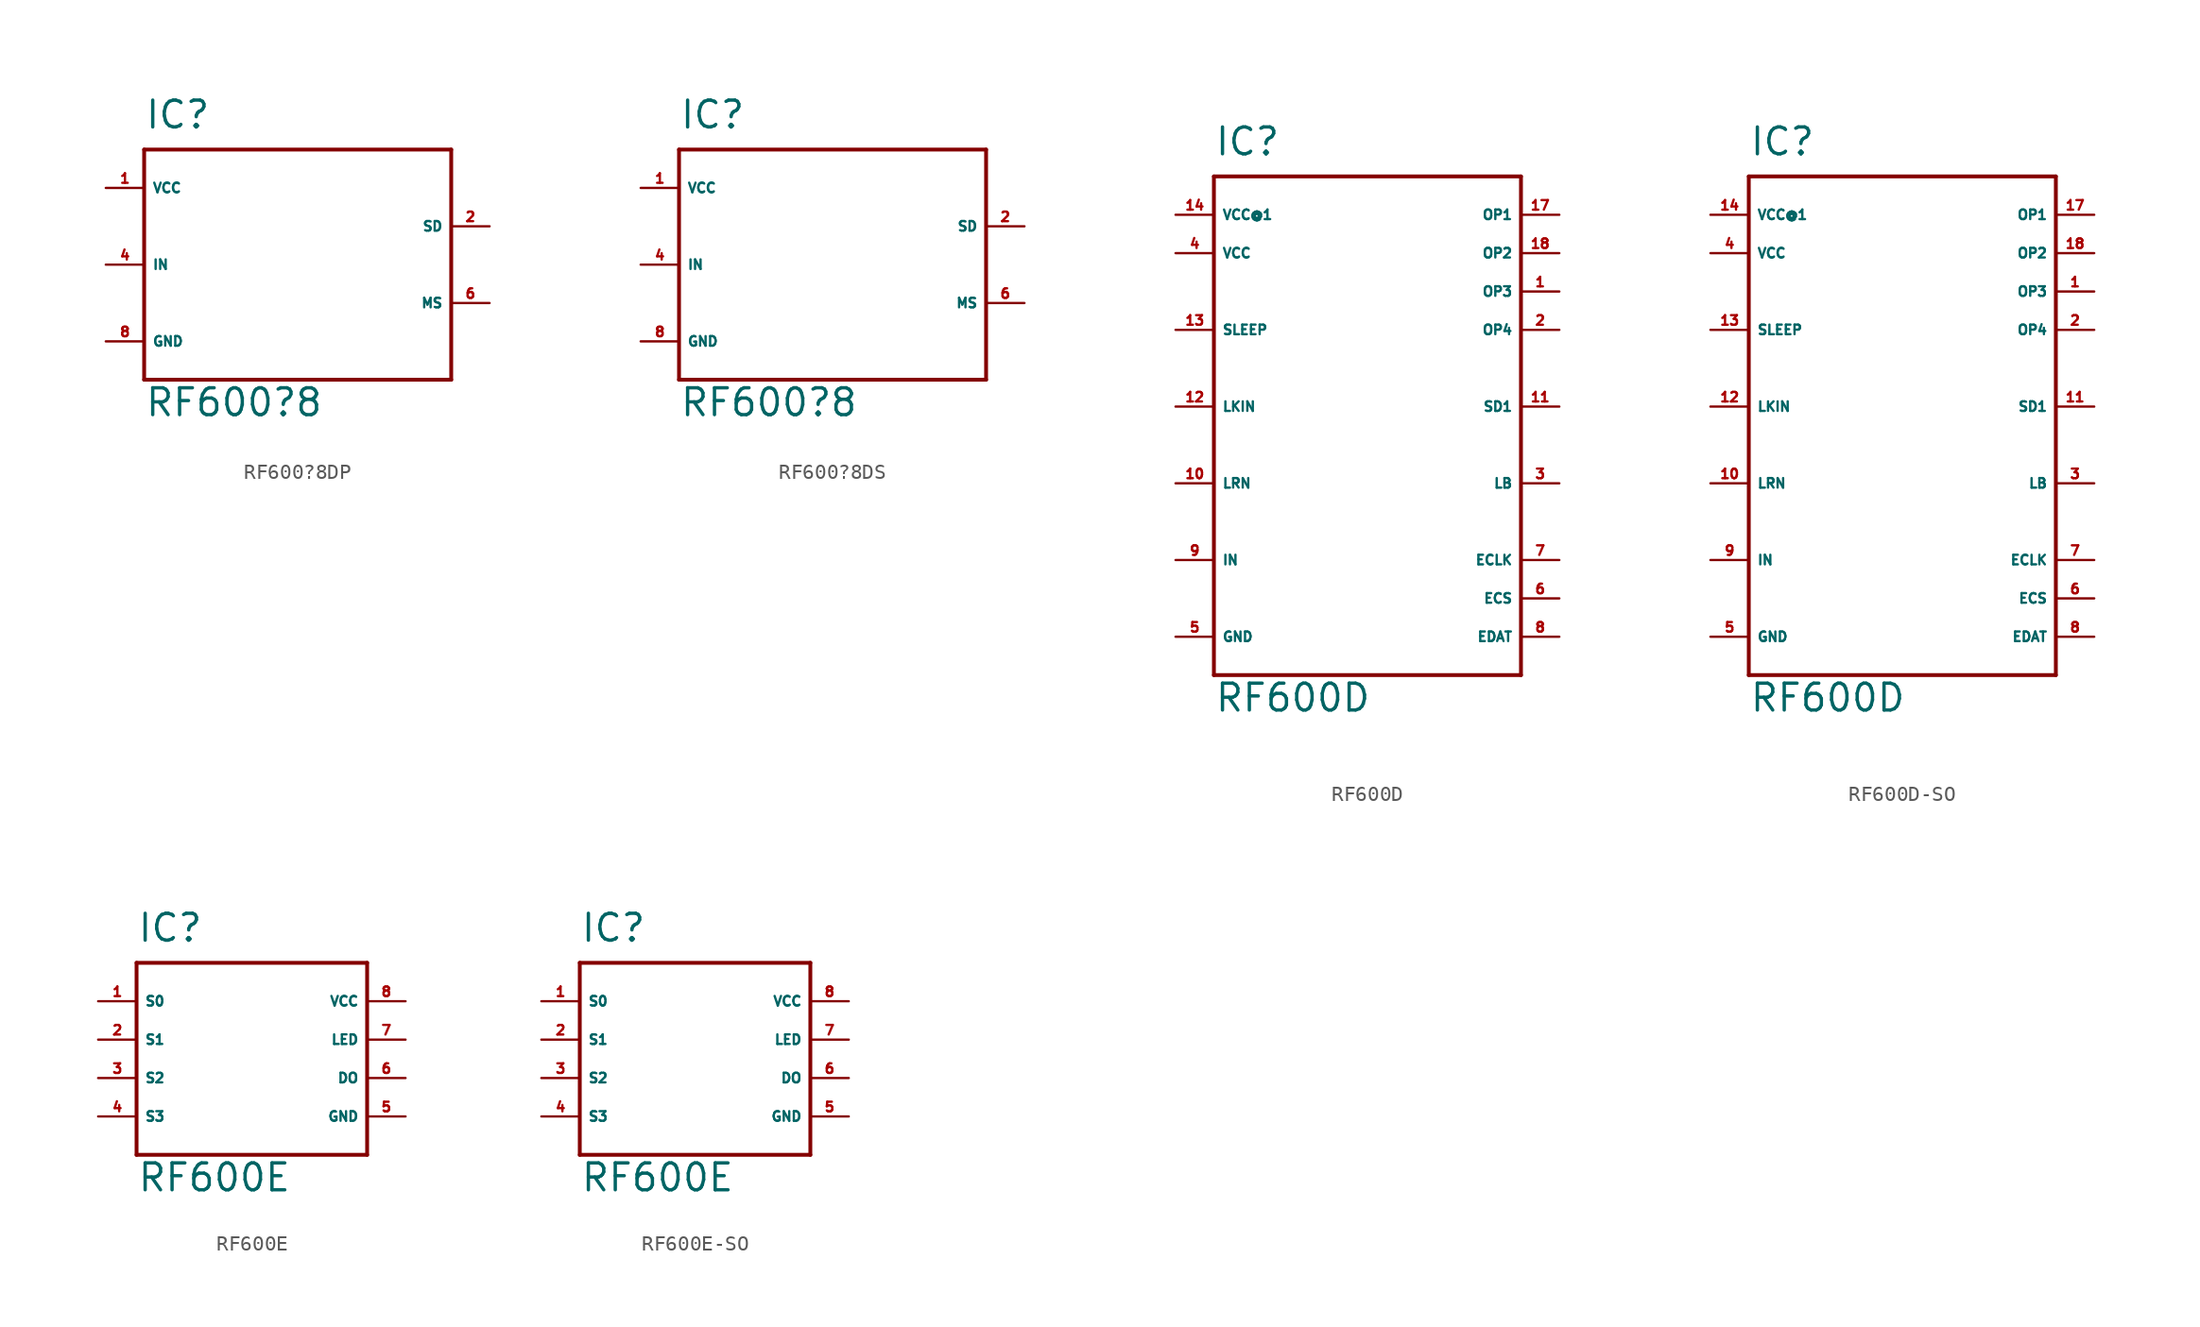
<source format=kicad_sym>
(kicad_symbol_lib
  (version 20220914)
  (generator Eagle2Kicad)
  (symbol "RF600?8DP"
    (property "Reference" "IC"
      (at -10.16 8.89 0)
      (effects (font (size 1.778 1.778) (thickness 0.22)) (justify left bottom)))
    (property "Value" "RF600?8"
      (at -10.16 -10.16 0)
      (effects (font (size 1.778 1.778) (thickness 0.22)) (justify left bottom)))
    (polyline
      (pts (xy -10.16 7.62) (xy 10.16 7.62))
      (stroke (width 0.254) (type default))
      (fill (type none)))
    (polyline
      (pts (xy 10.16 7.62) (xy 10.16 -7.62))
      (stroke (width 0.254) (type default))
      (fill (type none)))
    (polyline
      (pts (xy 10.16 -7.62) (xy -10.16 -7.62))
      (stroke (width 0.254) (type default))
      (fill (type none)))
    (polyline
      (pts (xy -10.16 -7.62) (xy -10.16 7.62))
      (stroke (width 0.254) (type default))
      (fill (type none)))
    (pin input line
      (at -12.7 0 0)
      (length 2.54)
      (name "IN" (effects (font (size 0.635 0.635) (thickness 0.08)) (justify left bottom)))
      (number "4" (effects (font (size 0.635 0.635) (thickness 0.08)) (justify left bottom))))
    (pin output line
      (at 12.7 2.54 180)
      (length 2.54)
      (name "SD" (effects (font (size 0.635 0.635) (thickness 0.08)) (justify left bottom)))
      (number "2" (effects (font (size 0.635 0.635) (thickness 0.08)) (justify left bottom))))
    (pin output line
      (at 12.7 -2.54 180)
      (length 2.54)
      (name "MS" (effects (font (size 0.635 0.635) (thickness 0.08)) (justify left bottom)))
      (number "6" (effects (font (size 0.635 0.635) (thickness 0.08)) (justify left bottom))))
    (pin unspecified line
      (at -12.7 5.08 0)
      (length 2.54)
      (name "VCC" (effects (font (size 0.635 0.635) (thickness 0.08)) (justify left bottom)))
      (number "1" (effects (font (size 0.635 0.635) (thickness 0.08)) (justify left bottom))))
    (pin unspecified line
      (at -12.7 -5.08 0)
      (length 2.54)
      (name "GND" (effects (font (size 0.635 0.635) (thickness 0.08)) (justify left bottom)))
      (number "8" (effects (font (size 0.635 0.635) (thickness 0.08)) (justify left bottom)))))
  (symbol "RF600?8DS"
    (property "Reference" "IC"
      (at -10.16 8.89 0)
      (effects (font (size 1.778 1.778) (thickness 0.22)) (justify left bottom)))
    (property "Value" "RF600?8"
      (at -10.16 -10.16 0)
      (effects (font (size 1.778 1.778) (thickness 0.22)) (justify left bottom)))
    (polyline
      (pts (xy -10.16 7.62) (xy 10.16 7.62))
      (stroke (width 0.254) (type default))
      (fill (type none)))
    (polyline
      (pts (xy 10.16 7.62) (xy 10.16 -7.62))
      (stroke (width 0.254) (type default))
      (fill (type none)))
    (polyline
      (pts (xy 10.16 -7.62) (xy -10.16 -7.62))
      (stroke (width 0.254) (type default))
      (fill (type none)))
    (polyline
      (pts (xy -10.16 -7.62) (xy -10.16 7.62))
      (stroke (width 0.254) (type default))
      (fill (type none)))
    (pin input line
      (at -12.7 0 0)
      (length 2.54)
      (name "IN" (effects (font (size 0.635 0.635) (thickness 0.08)) (justify left bottom)))
      (number "4" (effects (font (size 0.635 0.635) (thickness 0.08)) (justify left bottom))))
    (pin output line
      (at 12.7 2.54 180)
      (length 2.54)
      (name "SD" (effects (font (size 0.635 0.635) (thickness 0.08)) (justify left bottom)))
      (number "2" (effects (font (size 0.635 0.635) (thickness 0.08)) (justify left bottom))))
    (pin output line
      (at 12.7 -2.54 180)
      (length 2.54)
      (name "MS" (effects (font (size 0.635 0.635) (thickness 0.08)) (justify left bottom)))
      (number "6" (effects (font (size 0.635 0.635) (thickness 0.08)) (justify left bottom))))
    (pin unspecified line
      (at -12.7 5.08 0)
      (length 2.54)
      (name "VCC" (effects (font (size 0.635 0.635) (thickness 0.08)) (justify left bottom)))
      (number "1" (effects (font (size 0.635 0.635) (thickness 0.08)) (justify left bottom))))
    (pin unspecified line
      (at -12.7 -5.08 0)
      (length 2.54)
      (name "GND" (effects (font (size 0.635 0.635) (thickness 0.08)) (justify left bottom)))
      (number "8" (effects (font (size 0.635 0.635) (thickness 0.08)) (justify left bottom)))))
  (symbol "RF600D"
    (property "Reference" "IC"
      (at -10.16 16.51 0)
      (effects (font (size 1.778 1.778) (thickness 0.22)) (justify left bottom)))
    (property "Value" "RF600D"
      (at -10.16 -20.32 0)
      (effects (font (size 1.778 1.778) (thickness 0.22)) (justify left bottom)))
    (polyline
      (pts (xy -10.16 15.24) (xy 10.16 15.24))
      (stroke (width 0.254) (type default))
      (fill (type none)))
    (polyline
      (pts (xy 10.16 15.24) (xy 10.16 -17.78))
      (stroke (width 0.254) (type default))
      (fill (type none)))
    (polyline
      (pts (xy 10.16 -17.78) (xy -10.16 -17.78))
      (stroke (width 0.254) (type default))
      (fill (type none)))
    (polyline
      (pts (xy -10.16 -17.78) (xy -10.16 15.24))
      (stroke (width 0.254) (type default))
      (fill (type none)))
    (pin input line
      (at -12.7 0 0)
      (length 2.54)
      (name "LKIN" (effects (font (size 0.635 0.635) (thickness 0.08)) (justify left bottom)))
      (number "12" (effects (font (size 0.635 0.635) (thickness 0.08)) (justify left bottom))))
    (pin input line
      (at -12.7 -5.08 0)
      (length 2.54)
      (name "LRN" (effects (font (size 0.635 0.635) (thickness 0.08)) (justify left bottom)))
      (number "10" (effects (font (size 0.635 0.635) (thickness 0.08)) (justify left bottom))))
    (pin input line
      (at -12.7 -10.16 0)
      (length 2.54)
      (name "IN" (effects (font (size 0.635 0.635) (thickness 0.08)) (justify left bottom)))
      (number "9" (effects (font (size 0.635 0.635) (thickness 0.08)) (justify left bottom))))
    (pin output line
      (at 12.7 -10.16 180)
      (length 2.54)
      (name "ECLK" (effects (font (size 0.635 0.635) (thickness 0.08)) (justify left bottom)))
      (number "7" (effects (font (size 0.635 0.635) (thickness 0.08)) (justify left bottom))))
    (pin output line
      (at 12.7 0 180)
      (length 2.54)
      (name "SD1" (effects (font (size 0.635 0.635) (thickness 0.08)) (justify left bottom)))
      (number "11" (effects (font (size 0.635 0.635) (thickness 0.08)) (justify left bottom))))
    (pin output line
      (at 12.7 -5.08 180)
      (length 2.54)
      (name "LB" (effects (font (size 0.635 0.635) (thickness 0.08)) (justify left bottom)))
      (number "3" (effects (font (size 0.635 0.635) (thickness 0.08)) (justify left bottom))))
    (pin output line
      (at 12.7 12.7 180)
      (length 2.54)
      (name "OP1" (effects (font (size 0.635 0.635) (thickness 0.08)) (justify left bottom)))
      (number "17" (effects (font (size 0.635 0.635) (thickness 0.08)) (justify left bottom))))
    (pin output line
      (at 12.7 10.16 180)
      (length 2.54)
      (name "OP2" (effects (font (size 0.635 0.635) (thickness 0.08)) (justify left bottom)))
      (number "18" (effects (font (size 0.635 0.635) (thickness 0.08)) (justify left bottom))))
    (pin output line
      (at 12.7 7.62 180)
      (length 2.54)
      (name "OP3" (effects (font (size 0.635 0.635) (thickness 0.08)) (justify left bottom)))
      (number "1" (effects (font (size 0.635 0.635) (thickness 0.08)) (justify left bottom))))
    (pin output line
      (at 12.7 5.08 180)
      (length 2.54)
      (name "OP4" (effects (font (size 0.635 0.635) (thickness 0.08)) (justify left bottom)))
      (number "2" (effects (font (size 0.635 0.635) (thickness 0.08)) (justify left bottom))))
    (pin input line
      (at -12.7 5.08 0)
      (length 2.54)
      (name "SLEEP" (effects (font (size 0.635 0.635) (thickness 0.08)) (justify left bottom)))
      (number "13" (effects (font (size 0.635 0.635) (thickness 0.08)) (justify left bottom))))
    (pin unspecified line
      (at -12.7 12.7 0)
      (length 2.54)
      (name "VCC@1" (effects (font (size 0.635 0.635) (thickness 0.08)) (justify left bottom)))
      (number "14" (effects (font (size 0.635 0.635) (thickness 0.08)) (justify left bottom))))
    (pin input line
      (at -12.7 10.16 0)
      (length 2.54)
      (name "VCC" (effects (font (size 0.635 0.635) (thickness 0.08)) (justify left bottom)))
      (number "4" (effects (font (size 0.635 0.635) (thickness 0.08)) (justify left bottom))))
    (pin unspecified line
      (at -12.7 -15.24 0)
      (length 2.54)
      (name "GND" (effects (font (size 0.635 0.635) (thickness 0.08)) (justify left bottom)))
      (number "5" (effects (font (size 0.635 0.635) (thickness 0.08)) (justify left bottom))))
    (pin bidirectional line
      (at 12.7 -15.24 180)
      (length 2.54)
      (name "EDAT" (effects (font (size 0.635 0.635) (thickness 0.08)) (justify left bottom)))
      (number "8" (effects (font (size 0.635 0.635) (thickness 0.08)) (justify left bottom))))
    (pin output line
      (at 12.7 -12.7 180)
      (length 2.54)
      (name "ECS" (effects (font (size 0.635 0.635) (thickness 0.08)) (justify left bottom)))
      (number "6" (effects (font (size 0.635 0.635) (thickness 0.08)) (justify left bottom)))))
  (symbol "RF600D-SO"
    (property "Reference" "IC"
      (at -10.16 16.51 0)
      (effects (font (size 1.778 1.778) (thickness 0.22)) (justify left bottom)))
    (property "Value" "RF600D"
      (at -10.16 -20.32 0)
      (effects (font (size 1.778 1.778) (thickness 0.22)) (justify left bottom)))
    (polyline
      (pts (xy -10.16 15.24) (xy 10.16 15.24))
      (stroke (width 0.254) (type default))
      (fill (type none)))
    (polyline
      (pts (xy 10.16 15.24) (xy 10.16 -17.78))
      (stroke (width 0.254) (type default))
      (fill (type none)))
    (polyline
      (pts (xy 10.16 -17.78) (xy -10.16 -17.78))
      (stroke (width 0.254) (type default))
      (fill (type none)))
    (polyline
      (pts (xy -10.16 -17.78) (xy -10.16 15.24))
      (stroke (width 0.254) (type default))
      (fill (type none)))
    (pin input line
      (at -12.7 0 0)
      (length 2.54)
      (name "LKIN" (effects (font (size 0.635 0.635) (thickness 0.08)) (justify left bottom)))
      (number "12" (effects (font (size 0.635 0.635) (thickness 0.08)) (justify left bottom))))
    (pin input line
      (at -12.7 -5.08 0)
      (length 2.54)
      (name "LRN" (effects (font (size 0.635 0.635) (thickness 0.08)) (justify left bottom)))
      (number "10" (effects (font (size 0.635 0.635) (thickness 0.08)) (justify left bottom))))
    (pin input line
      (at -12.7 -10.16 0)
      (length 2.54)
      (name "IN" (effects (font (size 0.635 0.635) (thickness 0.08)) (justify left bottom)))
      (number "9" (effects (font (size 0.635 0.635) (thickness 0.08)) (justify left bottom))))
    (pin output line
      (at 12.7 -10.16 180)
      (length 2.54)
      (name "ECLK" (effects (font (size 0.635 0.635) (thickness 0.08)) (justify left bottom)))
      (number "7" (effects (font (size 0.635 0.635) (thickness 0.08)) (justify left bottom))))
    (pin output line
      (at 12.7 0 180)
      (length 2.54)
      (name "SD1" (effects (font (size 0.635 0.635) (thickness 0.08)) (justify left bottom)))
      (number "11" (effects (font (size 0.635 0.635) (thickness 0.08)) (justify left bottom))))
    (pin output line
      (at 12.7 -5.08 180)
      (length 2.54)
      (name "LB" (effects (font (size 0.635 0.635) (thickness 0.08)) (justify left bottom)))
      (number "3" (effects (font (size 0.635 0.635) (thickness 0.08)) (justify left bottom))))
    (pin output line
      (at 12.7 12.7 180)
      (length 2.54)
      (name "OP1" (effects (font (size 0.635 0.635) (thickness 0.08)) (justify left bottom)))
      (number "17" (effects (font (size 0.635 0.635) (thickness 0.08)) (justify left bottom))))
    (pin output line
      (at 12.7 10.16 180)
      (length 2.54)
      (name "OP2" (effects (font (size 0.635 0.635) (thickness 0.08)) (justify left bottom)))
      (number "18" (effects (font (size 0.635 0.635) (thickness 0.08)) (justify left bottom))))
    (pin output line
      (at 12.7 7.62 180)
      (length 2.54)
      (name "OP3" (effects (font (size 0.635 0.635) (thickness 0.08)) (justify left bottom)))
      (number "1" (effects (font (size 0.635 0.635) (thickness 0.08)) (justify left bottom))))
    (pin output line
      (at 12.7 5.08 180)
      (length 2.54)
      (name "OP4" (effects (font (size 0.635 0.635) (thickness 0.08)) (justify left bottom)))
      (number "2" (effects (font (size 0.635 0.635) (thickness 0.08)) (justify left bottom))))
    (pin input line
      (at -12.7 5.08 0)
      (length 2.54)
      (name "SLEEP" (effects (font (size 0.635 0.635) (thickness 0.08)) (justify left bottom)))
      (number "13" (effects (font (size 0.635 0.635) (thickness 0.08)) (justify left bottom))))
    (pin unspecified line
      (at -12.7 12.7 0)
      (length 2.54)
      (name "VCC@1" (effects (font (size 0.635 0.635) (thickness 0.08)) (justify left bottom)))
      (number "14" (effects (font (size 0.635 0.635) (thickness 0.08)) (justify left bottom))))
    (pin input line
      (at -12.7 10.16 0)
      (length 2.54)
      (name "VCC" (effects (font (size 0.635 0.635) (thickness 0.08)) (justify left bottom)))
      (number "4" (effects (font (size 0.635 0.635) (thickness 0.08)) (justify left bottom))))
    (pin unspecified line
      (at -12.7 -15.24 0)
      (length 2.54)
      (name "GND" (effects (font (size 0.635 0.635) (thickness 0.08)) (justify left bottom)))
      (number "5" (effects (font (size 0.635 0.635) (thickness 0.08)) (justify left bottom))))
    (pin bidirectional line
      (at 12.7 -15.24 180)
      (length 2.54)
      (name "EDAT" (effects (font (size 0.635 0.635) (thickness 0.08)) (justify left bottom)))
      (number "8" (effects (font (size 0.635 0.635) (thickness 0.08)) (justify left bottom))))
    (pin output line
      (at 12.7 -12.7 180)
      (length 2.54)
      (name "ECS" (effects (font (size 0.635 0.635) (thickness 0.08)) (justify left bottom)))
      (number "6" (effects (font (size 0.635 0.635) (thickness 0.08)) (justify left bottom)))))
  (symbol "RF600E"
    (property "Reference" "IC"
      (at -7.62 6.35 0)
      (effects (font (size 1.778 1.778) (thickness 0.22)) (justify left bottom)))
    (property "Value" "RF600E"
      (at -7.62 -10.16 0)
      (effects (font (size 1.778 1.778) (thickness 0.22)) (justify left bottom)))
    (polyline
      (pts (xy -7.62 5.08) (xy 7.62 5.08))
      (stroke (width 0.254) (type default))
      (fill (type none)))
    (polyline
      (pts (xy 7.62 5.08) (xy 7.62 -7.62))
      (stroke (width 0.254) (type default))
      (fill (type none)))
    (polyline
      (pts (xy 7.62 -7.62) (xy -7.62 -7.62))
      (stroke (width 0.254) (type default))
      (fill (type none)))
    (polyline
      (pts (xy -7.62 -7.62) (xy -7.62 5.08))
      (stroke (width 0.254) (type default))
      (fill (type none)))
    (pin input line
      (at -10.16 2.54 0)
      (length 2.54)
      (name "S0" (effects (font (size 0.635 0.635) (thickness 0.08)) (justify left bottom)))
      (number "1" (effects (font (size 0.635 0.635) (thickness 0.08)) (justify left bottom))))
    (pin input line
      (at -10.16 0 0)
      (length 2.54)
      (name "S1" (effects (font (size 0.635 0.635) (thickness 0.08)) (justify left bottom)))
      (number "2" (effects (font (size 0.635 0.635) (thickness 0.08)) (justify left bottom))))
    (pin input line
      (at -10.16 -2.54 0)
      (length 2.54)
      (name "S2" (effects (font (size 0.635 0.635) (thickness 0.08)) (justify left bottom)))
      (number "3" (effects (font (size 0.635 0.635) (thickness 0.08)) (justify left bottom))))
    (pin input line
      (at -10.16 -5.08 0)
      (length 2.54)
      (name "S3" (effects (font (size 0.635 0.635) (thickness 0.08)) (justify left bottom)))
      (number "4" (effects (font (size 0.635 0.635) (thickness 0.08)) (justify left bottom))))
    (pin output line
      (at 10.16 0 180)
      (length 2.54)
      (name "LED" (effects (font (size 0.635 0.635) (thickness 0.08)) (justify left bottom)))
      (number "7" (effects (font (size 0.635 0.635) (thickness 0.08)) (justify left bottom))))
    (pin output line
      (at 10.16 -2.54 180)
      (length 2.54)
      (name "DO" (effects (font (size 0.635 0.635) (thickness 0.08)) (justify left bottom)))
      (number "6" (effects (font (size 0.635 0.635) (thickness 0.08)) (justify left bottom))))
    (pin unspecified line
      (at 10.16 2.54 180)
      (length 2.54)
      (name "VCC" (effects (font (size 0.635 0.635) (thickness 0.08)) (justify left bottom)))
      (number "8" (effects (font (size 0.635 0.635) (thickness 0.08)) (justify left bottom))))
    (pin unspecified line
      (at 10.16 -5.08 180)
      (length 2.54)
      (name "GND" (effects (font (size 0.635 0.635) (thickness 0.08)) (justify left bottom)))
      (number "5" (effects (font (size 0.635 0.635) (thickness 0.08)) (justify left bottom)))))
  (symbol "RF600E-SO"
    (property "Reference" "IC"
      (at -7.62 6.35 0)
      (effects (font (size 1.778 1.778) (thickness 0.22)) (justify left bottom)))
    (property "Value" "RF600E"
      (at -7.62 -10.16 0)
      (effects (font (size 1.778 1.778) (thickness 0.22)) (justify left bottom)))
    (polyline
      (pts (xy -7.62 5.08) (xy 7.62 5.08))
      (stroke (width 0.254) (type default))
      (fill (type none)))
    (polyline
      (pts (xy 7.62 5.08) (xy 7.62 -7.62))
      (stroke (width 0.254) (type default))
      (fill (type none)))
    (polyline
      (pts (xy 7.62 -7.62) (xy -7.62 -7.62))
      (stroke (width 0.254) (type default))
      (fill (type none)))
    (polyline
      (pts (xy -7.62 -7.62) (xy -7.62 5.08))
      (stroke (width 0.254) (type default))
      (fill (type none)))
    (pin input line
      (at -10.16 2.54 0)
      (length 2.54)
      (name "S0" (effects (font (size 0.635 0.635) (thickness 0.08)) (justify left bottom)))
      (number "1" (effects (font (size 0.635 0.635) (thickness 0.08)) (justify left bottom))))
    (pin input line
      (at -10.16 0 0)
      (length 2.54)
      (name "S1" (effects (font (size 0.635 0.635) (thickness 0.08)) (justify left bottom)))
      (number "2" (effects (font (size 0.635 0.635) (thickness 0.08)) (justify left bottom))))
    (pin input line
      (at -10.16 -2.54 0)
      (length 2.54)
      (name "S2" (effects (font (size 0.635 0.635) (thickness 0.08)) (justify left bottom)))
      (number "3" (effects (font (size 0.635 0.635) (thickness 0.08)) (justify left bottom))))
    (pin input line
      (at -10.16 -5.08 0)
      (length 2.54)
      (name "S3" (effects (font (size 0.635 0.635) (thickness 0.08)) (justify left bottom)))
      (number "4" (effects (font (size 0.635 0.635) (thickness 0.08)) (justify left bottom))))
    (pin output line
      (at 10.16 0 180)
      (length 2.54)
      (name "LED" (effects (font (size 0.635 0.635) (thickness 0.08)) (justify left bottom)))
      (number "7" (effects (font (size 0.635 0.635) (thickness 0.08)) (justify left bottom))))
    (pin output line
      (at 10.16 -2.54 180)
      (length 2.54)
      (name "DO" (effects (font (size 0.635 0.635) (thickness 0.08)) (justify left bottom)))
      (number "6" (effects (font (size 0.635 0.635) (thickness 0.08)) (justify left bottom))))
    (pin unspecified line
      (at 10.16 2.54 180)
      (length 2.54)
      (name "VCC" (effects (font (size 0.635 0.635) (thickness 0.08)) (justify left bottom)))
      (number "8" (effects (font (size 0.635 0.635) (thickness 0.08)) (justify left bottom))))
    (pin unspecified line
      (at 10.16 -5.08 180)
      (length 2.54)
      (name "GND" (effects (font (size 0.635 0.635) (thickness 0.08)) (justify left bottom)))
      (number "5" (effects (font (size 0.635 0.635) (thickness 0.08)) (justify left bottom))))))
</source>
